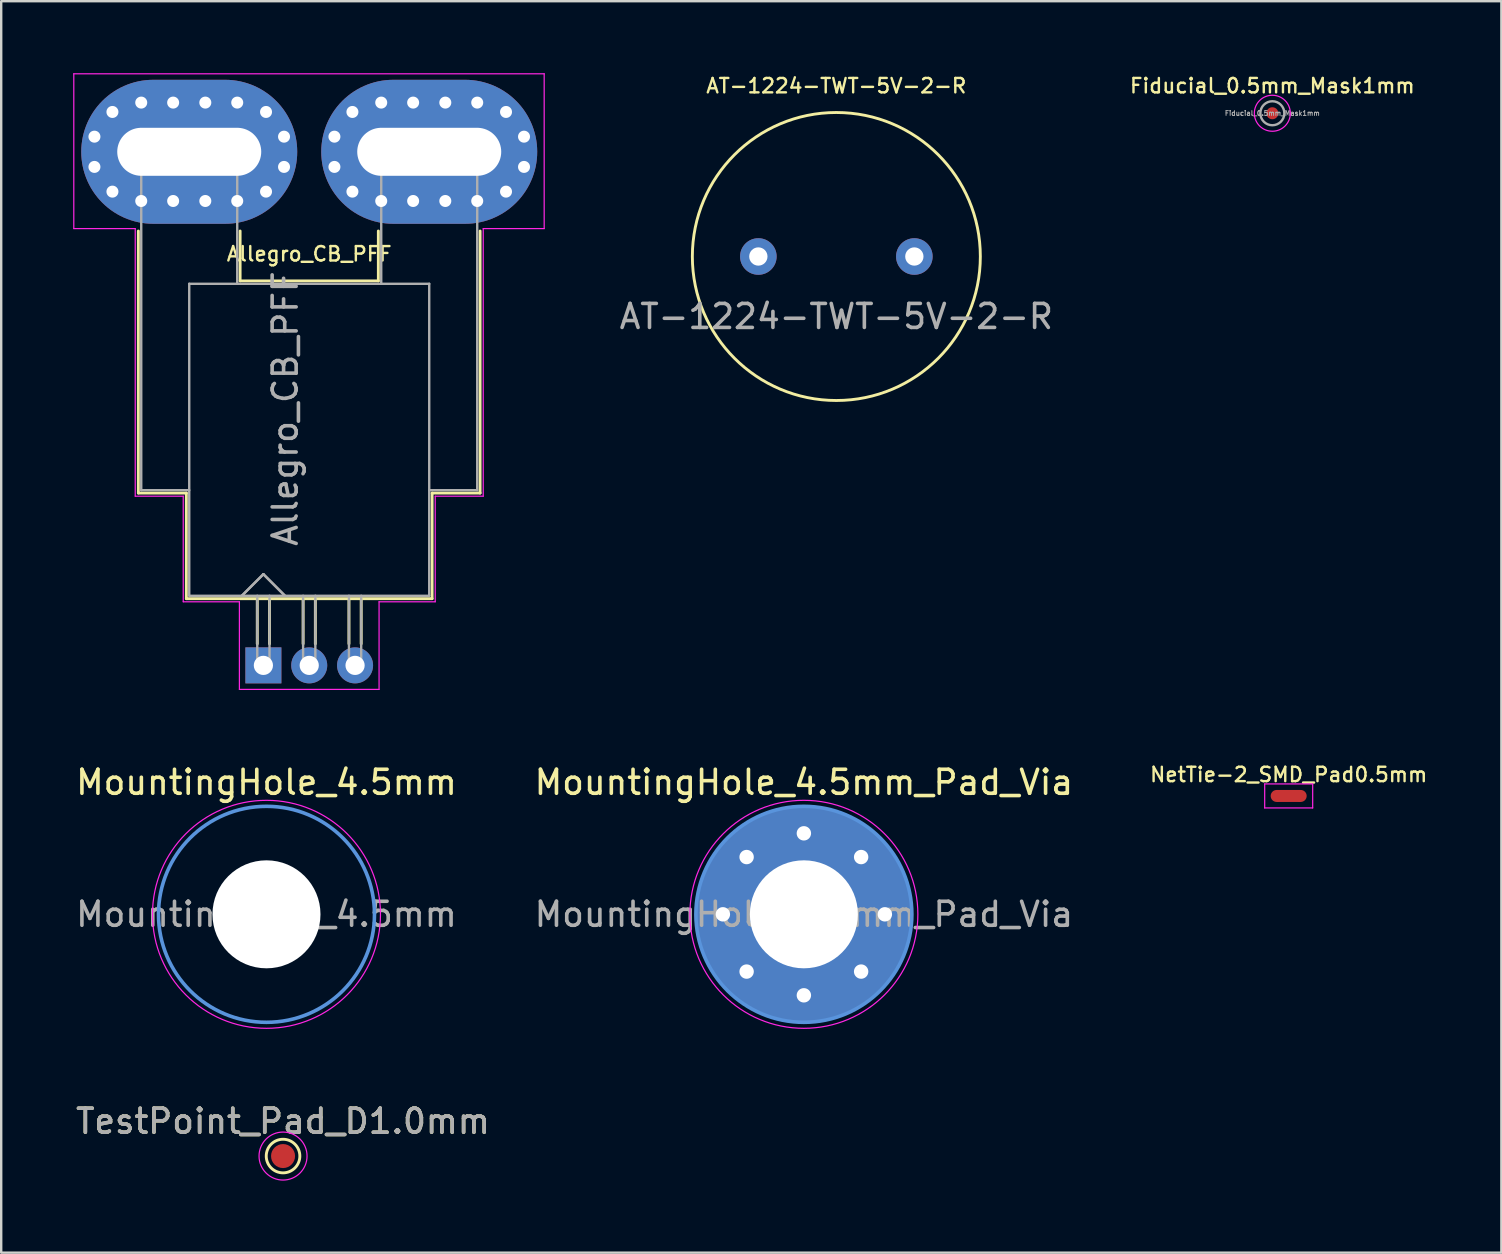
<source format=kicad_pcb>
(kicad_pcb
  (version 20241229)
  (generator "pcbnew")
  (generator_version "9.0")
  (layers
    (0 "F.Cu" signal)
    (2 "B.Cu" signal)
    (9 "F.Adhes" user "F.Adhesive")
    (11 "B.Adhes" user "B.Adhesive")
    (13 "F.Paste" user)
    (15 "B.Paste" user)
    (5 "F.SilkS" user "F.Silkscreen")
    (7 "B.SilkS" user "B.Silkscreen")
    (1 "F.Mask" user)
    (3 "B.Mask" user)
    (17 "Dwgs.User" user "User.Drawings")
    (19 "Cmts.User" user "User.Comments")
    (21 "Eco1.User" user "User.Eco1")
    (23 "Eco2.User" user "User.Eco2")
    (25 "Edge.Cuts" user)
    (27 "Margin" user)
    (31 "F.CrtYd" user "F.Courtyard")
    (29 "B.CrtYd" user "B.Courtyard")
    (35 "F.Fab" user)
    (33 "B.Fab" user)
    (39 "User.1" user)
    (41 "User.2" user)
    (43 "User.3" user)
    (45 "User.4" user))
  (footprint "MountingHole_4.5mm"
    (layer "F.Cu")
    (at 8.054 35.048)
    (property "Reference" "MountingHole_4.5mm" (at 0 -5.5 0) (layer "F.SilkS") (effects (font (size 1 1) (thickness 0.15))))
    (attr exclude_from_pos_files exclude_from_bom)
    (fp_circle (center 0 0) (end 4.5 0) (stroke (width 0.15) (type solid)) (fill no) (layer "Cmts.User"))
    (fp_circle (center 0 0) (end 4.75 0) (stroke (width 0.05) (type solid)) (fill no) (layer "F.CrtYd"))
    (fp_text user "${REFERENCE}" (at 0 0 0) (layer "F.Fab") (effects (font (size 1 1) (thickness 0.15))))
    (pad "" np_thru_hole circle (at 0 0) (size 4.5 4.5) (drill 4.5) (layers "*.Cu" "*.Mask")))
  (footprint "NetTie-2_SMD_Pad0.5mm"
    (layer "F.Cu")
    (at 50.647 30.116)
    (property "Reference" "NetTie-2_SMD_Pad0.5mm" (at 0 -0.889 0) (layer "F.SilkS") (effects (font (size 0.6 0.6) (thickness 0.1))))
    (attr exclude_from_pos_files exclude_from_bom)
    (fp_poly (pts (xy -0.5 -0.25) (xy 0.5 -0.25) (xy 0.5 0.25) (xy -0.5 0.25)) (stroke (width 0) (type solid)) (fill yes) (layer "F.Cu"))
    (fp_line (start -1 -0.5) (end -1 0.5) (stroke (width 0.05) (type solid)) (layer "F.CrtYd"))
    (fp_line (start -1 0.5) (end 1 0.5) (stroke (width 0.05) (type solid)) (layer "F.CrtYd"))
    (fp_line (start 1 -0.5) (end -1 -0.5) (stroke (width 0.05) (type solid)) (layer "F.CrtYd"))
    (fp_line (start 1 0.5) (end 1 -0.5) (stroke (width 0.05) (type solid)) (layer "F.CrtYd"))
    (pad "1" smd circle (at -0.5 0) (size 0.5 0.5) (layers "F.Cu"))
    (pad "2" smd circle (at 0.5 0) (size 0.5 0.5) (layers "F.Cu")))
  (footprint "AT-1224-TWT-5V-2-R"
    (layer "F.Cu")
    (at 31.799 7.638)
    (property "Reference" "AT-1224-TWT-5V-2-R" (at 0 -7.112 0) (unlocked yes) (layer "F.SilkS") (effects (font (size 0.6 0.6) (thickness 0.1))))
    (attr through_hole)
    (fp_circle (center 0 0) (end 6 0) (stroke (width 0.12) (type solid)) (fill no) (layer "F.SilkS"))
    (fp_text user "${REFERENCE}" (at 0 2.5 0) (unlocked yes) (layer "F.Fab") (effects (font (size 1 1) (thickness 0.15))))
    (pad "1" thru_hole circle (at -3.25 0) (size 1.524 1.524) (drill 0.762) (layers "*.Cu" "*.Mask"))
    (pad "2" thru_hole circle (at 3.25 0) (size 1.524 1.524) (drill 0.762) (layers "*.Cu" "*.Mask")))
  (footprint "MountingHole_4.5mm_Pad_Via"
    (layer "F.Cu")
    (at 30.446 35.048)
    (property "Reference" "MountingHole_4.5mm_Pad_Via" (at 0 -5.5 0) (layer "F.SilkS") (effects (font (size 1 1) (thickness 0.15))))
    (attr exclude_from_pos_files exclude_from_bom)
    (fp_circle (center 0 0) (end 4.5 0) (stroke (width 0.15) (type solid)) (fill no) (layer "Cmts.User"))
    (fp_circle (center 0 0) (end 4.75 0) (stroke (width 0.05) (type solid)) (fill no) (layer "F.CrtYd"))
    (fp_text user "${REFERENCE}" (at 0 0 0) (layer "F.Fab") (effects (font (size 1 1) (thickness 0.15))))
    (pad "1" thru_hole circle (at -3.375 0) (size 0.9 0.9) (drill 0.6) (layers "*.Cu" "*.Mask"))
    (pad "1" thru_hole circle (at -2.386 -2.386) (size 0.9 0.9) (drill 0.6) (layers "*.Cu" "*.Mask"))
    (pad "1" thru_hole circle (at -2.386 2.386) (size 0.9 0.9) (drill 0.6) (layers "*.Cu" "*.Mask"))
    (pad "1" thru_hole circle (at 0 -3.375) (size 0.9 0.9) (drill 0.6) (layers "*.Cu" "*.Mask"))
    (pad "1" thru_hole circle (at 0 0) (size 9 9) (drill 4.5) (layers "*.Cu" "*.Mask"))
    (pad "1" thru_hole circle (at 0 3.375) (size 0.9 0.9) (drill 0.6) (layers "*.Cu" "*.Mask"))
    (pad "1" thru_hole circle (at 2.386 -2.386) (size 0.9 0.9) (drill 0.6) (layers "*.Cu" "*.Mask"))
    (pad "1" thru_hole circle (at 2.386 2.386) (size 0.9 0.9) (drill 0.6) (layers "*.Cu" "*.Mask"))
    (pad "1" thru_hole circle (at 3.375 0) (size 0.9 0.9) (drill 0.6) (layers "*.Cu" "*.Mask")))
  (footprint "Fiducial_0.5mm_Mask1mm"
    (layer "F.Cu")
    (at 49.966 1.669)
    (property "Reference" "Fiducial_0.5mm_Mask1mm" (at 0 -1.143 0) (layer "F.SilkS") (effects (font (size 0.6 0.6) (thickness 0.1))))
    (attr smd)
    (fp_circle (center 0 0) (end 0.75 0) (stroke (width 0.05) (type solid)) (fill no) (layer "F.CrtYd"))
    (fp_circle (center 0 0) (end 0.5 0) (stroke (width 0.1) (type solid)) (fill no) (layer "F.Fab"))
    (fp_text user "${REFERENCE}" (at 0 0 0) (layer "F.Fab") (effects (font (size 0.2 0.2) (thickness 0.04))))
    (pad "" smd circle (at 0 0) (size 0.5 0.5) (layers "F.Cu" "F.Mask")))
  (footprint "Allegro_CB_PFF"
    (layer "F.Cu")
    (at 7.925 24.675)
    (property "Reference" "Allegro_CB_PFF" (at 1.91 -17.145 0) (layer "F.SilkS") (effects (font (size 0.6 0.6) (thickness 0.1) (bold yes))))
    (attr through_hole)
    (fp_line (start -5.21 -7.18) (end -5.21 -18.1) (stroke (width 0.12) (type solid)) (layer "F.SilkS"))
    (fp_line (start -3.21 -7.18) (end -5.21 -7.18) (stroke (width 0.12) (type solid)) (layer "F.SilkS"))
    (fp_line (start -3.21 -2.78) (end -3.21 -7.18) (stroke (width 0.12) (type solid)) (layer "F.SilkS"))
    (fp_line (start -0.97 -16.02) (end -0.97 -18.1) (stroke (width 0.12) (type solid)) (layer "F.SilkS"))
    (fp_line (start -0.97 -16.02) (end 4.79 -16.02) (stroke (width 0.12) (type solid)) (layer "F.SilkS"))
    (fp_line (start -0.255 -2.78) (end -0.255 -0.9) (stroke (width 0.12) (type solid)) (layer "F.SilkS"))
    (fp_line (start 0.255 -2.78) (end 0.255 -0.9) (stroke (width 0.12) (type solid)) (layer "F.SilkS"))
    (fp_line (start 1.655 -2.78) (end 1.655 -0.9) (stroke (width 0.12) (type solid)) (layer "F.SilkS"))
    (fp_line (start 2.165 -2.78) (end 2.165 -0.9) (stroke (width 0.12) (type solid)) (layer "F.SilkS"))
    (fp_line (start 3.565 -2.78) (end 3.565 -0.9) (stroke (width 0.12) (type solid)) (layer "F.SilkS"))
    (fp_line (start 4.075 -2.78) (end 4.075 -0.9) (stroke (width 0.12) (type solid)) (layer "F.SilkS"))
    (fp_line (start 4.79 -16.02) (end 4.79 -18.1) (stroke (width 0.12) (type solid)) (layer "F.SilkS"))
    (fp_line (start 7.03 -7.18) (end 9.03 -7.18) (stroke (width 0.12) (type solid)) (layer "F.SilkS"))
    (fp_line (start 7.03 -2.78) (end -3.21 -2.78) (stroke (width 0.12) (type solid)) (layer "F.SilkS"))
    (fp_line (start 7.03 -2.78) (end 7.03 -7.18) (stroke (width 0.12) (type solid)) (layer "F.SilkS"))
    (fp_line (start 9.03 -7.18) (end 9.03 -18.1) (stroke (width 0.12) (type solid)) (layer "F.SilkS"))
    (fp_line (start -7.9 -24.65) (end 11.7 -24.65) (stroke (width 0.05) (type solid)) (layer "F.CrtYd"))
    (fp_line (start -7.9 -18.2) (end -7.9 -24.65) (stroke (width 0.05) (type solid)) (layer "F.CrtYd"))
    (fp_line (start -7.9 -18.2) (end -5.34 -18.2) (stroke (width 0.05) (type solid)) (layer "F.CrtYd"))
    (fp_line (start -5.34 -7.05) (end -5.34 -18.2) (stroke (width 0.05) (type solid)) (layer "F.CrtYd"))
    (fp_line (start -3.34 -7.05) (end -5.34 -7.05) (stroke (width 0.05) (type solid)) (layer "F.CrtYd"))
    (fp_line (start -3.34 -7.05) (end -3.34 -2.65) (stroke (width 0.05) (type solid)) (layer "F.CrtYd"))
    (fp_line (start -1 -2.65) (end -3.34 -2.65) (stroke (width 0.05) (type solid)) (layer "F.CrtYd"))
    (fp_line (start -1 -2.65) (end -1 1) (stroke (width 0.05) (type solid)) (layer "F.CrtYd"))
    (fp_line (start 4.82 -2.65) (end 4.82 1) (stroke (width 0.05) (type solid)) (layer "F.CrtYd"))
    (fp_line (start 4.82 -2.65) (end 7.16 -2.65) (stroke (width 0.05) (type solid)) (layer "F.CrtYd"))
    (fp_line (start 4.82 1) (end -1 1) (stroke (width 0.05) (type solid)) (layer "F.CrtYd"))
    (fp_line (start 7.16 -7.05) (end 7.16 -2.65) (stroke (width 0.05) (type solid)) (layer "F.CrtYd"))
    (fp_line (start 7.16 -7.05) (end 9.16 -7.05) (stroke (width 0.05) (type solid)) (layer "F.CrtYd"))
    (fp_line (start 9.16 -18.2) (end 11.7 -18.2) (stroke (width 0.05) (type solid)) (layer "F.CrtYd"))
    (fp_line (start 9.16 -7.05) (end 9.16 -18.2) (stroke (width 0.05) (type solid)) (layer "F.CrtYd"))
    (fp_line (start 11.7 -24.65) (end 11.7 -18.2) (stroke (width 0.05) (type solid)) (layer "F.CrtYd"))
    (fp_line (start -5.09 -21.9) (end -1.09 -21.9) (stroke (width 0.1) (type solid)) (layer "F.Fab"))
    (fp_line (start -5.09 -7.3) (end -5.09 -21.9) (stroke (width 0.1) (type solid)) (layer "F.Fab"))
    (fp_line (start -5.09 -7.3) (end -3.09 -7.3) (stroke (width 0.1) (type solid)) (layer "F.Fab"))
    (fp_line (start -3.09 -15.9) (end -3.09 -2.9) (stroke (width 0.1) (type solid)) (layer "F.Fab"))
    (fp_line (start -3.09 -15.9) (end 6.91 -15.9) (stroke (width 0.1) (type solid)) (layer "F.Fab"))
    (fp_line (start -1.09 -15.9) (end -1.09 -21.9) (stroke (width 0.1) (type solid)) (layer "F.Fab"))
    (fp_line (start -0.9 -2.9) (end 0 -3.8) (stroke (width 0.1) (type solid)) (layer "F.Fab"))
    (fp_line (start -0.9 -2.9) (end 0 -3.8) (stroke (width 0.1) (type solid)) (layer "F.Fab"))
    (fp_line (start -0.255 -2.9) (end -0.255 0.19) (stroke (width 0.1) (type solid)) (layer "F.Fab"))
    (fp_line (start 0 -3.8) (end 0.9 -2.9) (stroke (width 0.1) (type solid)) (layer "F.Fab"))
    (fp_line (start 0 -3.8) (end 0.9 -2.9) (stroke (width 0.1) (type solid)) (layer "F.Fab"))
    (fp_line (start 0.255 -2.9) (end 0.255 0.19) (stroke (width 0.1) (type solid)) (layer "F.Fab"))
    (fp_line (start 1.655 -2.9) (end 1.655 0.19) (stroke (width 0.1) (type solid)) (layer "F.Fab"))
    (fp_line (start 2.165 -2.9) (end 2.165 0.19) (stroke (width 0.1) (type solid)) (layer "F.Fab"))
    (fp_line (start 3.565 -2.9) (end 3.565 0.19) (stroke (width 0.1) (type solid)) (layer "F.Fab"))
    (fp_line (start 4.075 -2.9) (end 4.075 0.19) (stroke (width 0.1) (type solid)) (layer "F.Fab"))
    (fp_line (start 4.91 -15.9) (end 4.91 -21.9) (stroke (width 0.1) (type solid)) (layer "F.Fab"))
    (fp_line (start 6.91 -15.9) (end 6.91 -2.9) (stroke (width 0.1) (type solid)) (layer "F.Fab"))
    (fp_line (start 6.91 -7.3) (end 8.91 -7.3) (stroke (width 0.1) (type solid)) (layer "F.Fab"))
    (fp_line (start 6.91 -2.9) (end -3.09 -2.9) (stroke (width 0.1) (type solid)) (layer "F.Fab"))
    (fp_line (start 8.91 -21.9) (end 4.91 -21.9) (stroke (width 0.1) (type solid)) (layer "F.Fab"))
    (fp_line (start 8.91 -7.3) (end 8.91 -21.9) (stroke (width 0.1) (type solid)) (layer "F.Fab"))
    (fp_text user "${REFERENCE}" (at 0.91 -10.7 90) (layer "F.Fab") (effects (font (size 1 1) (thickness 0.15))))
    (pad "1" thru_hole rect (at 0 0) (size 1.5 1.5) (drill 0.8) (layers "*.Cu" "*.Mask"))
    (pad "2" thru_hole circle (at 1.91 0) (size 1.5 1.5) (drill 0.8) (layers "*.Cu" "*.Mask"))
    (pad "3" thru_hole circle (at 3.82 0) (size 1.5 1.5) (drill 0.8) (layers "*.Cu" "*.Mask"))
    (pad "4" thru_hole oval (at 2.96 -22.03 65) (size 0.8 0.8) (drill 0.5) (layers "*.Cu" "*.Mask"))
    (pad "4" thru_hole oval (at 2.96 -20.77 295) (size 0.8 0.8) (drill 0.5) (layers "*.Cu" "*.Mask"))
    (pad "4" thru_hole circle (at 3.71 -23.06) (size 0.8 0.8) (drill 0.5) (layers "*.Cu" "*.Mask"))
    (pad "4" thru_hole circle (at 3.71 -19.74) (size 0.8 0.8) (drill 0.5) (layers "*.Cu" "*.Mask"))
    (pad "4" thru_hole circle (at 4.91 -23.45) (size 0.8 0.8) (drill 0.5) (layers "*.Cu" "*.Mask"))
    (pad "4" thru_hole circle (at 4.91 -19.35) (size 0.8 0.8) (drill 0.5) (layers "*.Cu" "*.Mask"))
    (pad "4" thru_hole circle (at 6.24 -23.45) (size 0.8 0.8) (drill 0.5) (layers "*.Cu" "*.Mask"))
    (pad "4" thru_hole circle (at 6.24 -19.35) (size 0.8 0.8) (drill 0.5) (layers "*.Cu" "*.Mask"))
    (pad "4" thru_hole oval (at 6.91 -21.4) (size 9 6) (drill oval 6 2) (layers "*.Cu" "*.Mask"))
    (pad "4" thru_hole circle (at 7.58 -23.45) (size 0.8 0.8) (drill 0.5) (layers "*.Cu" "*.Mask"))
    (pad "4" thru_hole circle (at 7.58 -19.35) (size 0.8 0.8) (drill 0.5) (layers "*.Cu" "*.Mask"))
    (pad "4" thru_hole circle (at 8.91 -23.45) (size 0.8 0.8) (drill 0.5) (layers "*.Cu" "*.Mask"))
    (pad "4" thru_hole circle (at 8.91 -19.35) (size 0.8 0.8) (drill 0.5) (layers "*.Cu" "*.Mask"))
    (pad "4" thru_hole circle (at 10.11 -23.06) (size 0.8 0.8) (drill 0.5) (layers "*.Cu" "*.Mask"))
    (pad "4" thru_hole circle (at 10.11 -19.74) (size 0.8 0.8) (drill 0.5) (layers "*.Cu" "*.Mask"))
    (pad "4" thru_hole circle (at 10.86 -22.03) (size 0.8 0.8) (drill 0.5) (layers "*.Cu" "*.Mask"))
    (pad "4" thru_hole circle (at 10.86 -20.77) (size 0.8 0.8) (drill 0.5) (layers "*.Cu" "*.Mask"))
    (pad "5" thru_hole circle (at -7.04 -22.03) (size 0.8 0.8) (drill 0.5) (layers "*.Cu" "*.Mask"))
    (pad "5" thru_hole circle (at -7.04 -20.77) (size 0.8 0.8) (drill 0.5) (layers "*.Cu" "*.Mask"))
    (pad "5" thru_hole circle (at -6.29 -23.06) (size 0.8 0.8) (drill 0.5) (layers "*.Cu" "*.Mask"))
    (pad "5" thru_hole circle (at -6.29 -19.74) (size 0.8 0.8) (drill 0.5) (layers "*.Cu" "*.Mask"))
    (pad "5" thru_hole circle (at -5.09 -23.45) (size 0.8 0.8) (drill 0.5) (layers "*.Cu" "*.Mask"))
    (pad "5" thru_hole circle (at -5.09 -19.35) (size 0.8 0.8) (drill 0.5) (layers "*.Cu" "*.Mask"))
    (pad "5" thru_hole circle (at -3.76 -23.45) (size 0.8 0.8) (drill 0.5) (layers "*.Cu" "*.Mask"))
    (pad "5" thru_hole circle (at -3.76 -19.35) (size 0.8 0.8) (drill 0.5) (layers "*.Cu" "*.Mask"))
    (pad "5" thru_hole oval (at -3.09 -21.4) (size 9 6) (drill oval 6 2) (layers "*.Cu" "*.Mask"))
    (pad "5" thru_hole circle (at -2.42 -23.45) (size 0.8 0.8) (drill 0.5) (layers "*.Cu" "*.Mask"))
    (pad "5" thru_hole circle (at -2.42 -19.35) (size 0.8 0.8) (drill 0.5) (layers "*.Cu" "*.Mask"))
    (pad "5" thru_hole circle (at -1.09 -23.45) (size 0.8 0.8) (drill 0.5) (layers "*.Cu" "*.Mask"))
    (pad "5" thru_hole circle (at -1.09 -19.35) (size 0.8 0.8) (drill 0.5) (layers "*.Cu" "*.Mask"))
    (pad "5" thru_hole circle (at 0.11 -23.06) (size 0.8 0.8) (drill 0.5) (layers "*.Cu" "*.Mask"))
    (pad "5" thru_hole circle (at 0.11 -19.74) (size 0.8 0.8) (drill 0.5) (layers "*.Cu" "*.Mask"))
    (pad "5" thru_hole oval (at 0.86 -22.03 295) (size 0.8 0.8) (drill 0.5) (layers "*.Cu" "*.Mask"))
    (pad "5" thru_hole oval (at 0.86 -20.77 65) (size 0.8 0.8) (drill 0.5) (layers "*.Cu" "*.Mask")))
  (footprint "TestPoint_Pad_D1.0mm"
    (layer "F.Cu")
    (at 8.744 45.121)
    (property "Reference" "TestPoint_Pad_D1.0mm" (at 0 -1.448 0) (layer "F.SilkS") (effects (font (size 1 1) (thickness 0.15))))
    (attr exclude_from_pos_files exclude_from_bom)
    (fp_circle (center 0 0) (end 0 0.7) (stroke (width 0.12) (type solid)) (fill no) (layer "F.SilkS"))
    (fp_circle (center 0 0) (end 1 0) (stroke (width 0.05) (type solid)) (fill no) (layer "F.CrtYd"))
    (fp_text user "${REFERENCE}" (at 0 -1.45 0) (layer "F.Fab") (effects (font (size 1 1) (thickness 0.15))))
    (pad "1" smd circle (at 0 0) (size 1 1) (layers "F.Cu" "F.Mask")))
  (gr_rect
    (start -3 -3)
    (end 59.509 49.147)
    (stroke (width 0.1) (type default))
    (fill no)
    (layer "Edge.Cuts")))
</source>
